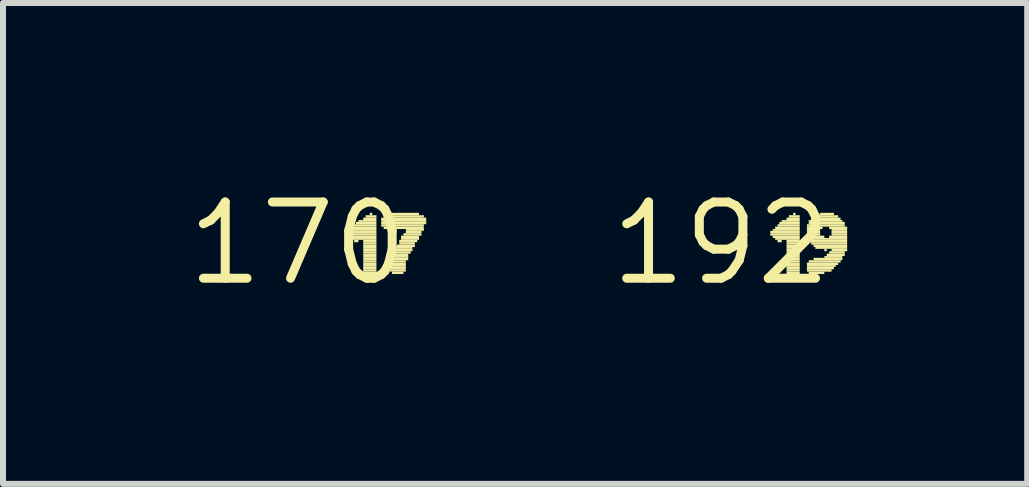
<source format=kicad_pcb>
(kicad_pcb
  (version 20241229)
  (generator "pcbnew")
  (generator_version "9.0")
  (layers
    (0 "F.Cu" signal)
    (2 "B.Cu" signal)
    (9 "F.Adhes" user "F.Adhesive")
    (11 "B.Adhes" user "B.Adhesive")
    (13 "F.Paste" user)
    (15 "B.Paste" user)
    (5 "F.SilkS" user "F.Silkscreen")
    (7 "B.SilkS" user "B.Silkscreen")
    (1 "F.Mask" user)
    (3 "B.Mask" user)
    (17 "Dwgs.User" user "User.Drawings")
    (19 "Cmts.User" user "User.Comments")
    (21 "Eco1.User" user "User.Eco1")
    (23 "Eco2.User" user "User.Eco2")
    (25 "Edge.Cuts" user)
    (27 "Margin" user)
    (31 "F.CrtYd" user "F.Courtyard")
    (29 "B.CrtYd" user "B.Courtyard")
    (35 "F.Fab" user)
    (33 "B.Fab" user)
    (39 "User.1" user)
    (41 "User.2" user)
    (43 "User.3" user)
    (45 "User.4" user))
  (footprint "192"
    (layer "F.Cu")
    (at 8.965 1.006)
    (property "Reference" "192" (at 0 0 0) (layer "F.SilkS") (effects (font (size 1.27 1.27) (thickness 0.15))))
    (fp_poly (pts (xy 0.82 -0.17) (xy 1.31 -0.17) (xy 1.31 -0.21) (xy 0.82 -0.21)) (stroke (width 0) (type default)) (fill yes) (layer "F.SilkS"))
    (fp_poly (pts (xy 0.82 -0.13) (xy 1.31 -0.13) (xy 1.31 -0.17) (xy 0.82 -0.17)) (stroke (width 0) (type default)) (fill yes) (layer "F.SilkS"))
    (fp_poly (pts (xy 0.86 -0.21) (xy 1.31 -0.21) (xy 1.31 -0.24) (xy 0.86 -0.24)) (stroke (width 0) (type default)) (fill yes) (layer "F.SilkS"))
    (fp_poly (pts (xy 0.86 -0.09) (xy 1.31 -0.09) (xy 1.31 -0.13) (xy 0.86 -0.13)) (stroke (width 0) (type default)) (fill yes) (layer "F.SilkS"))
    (fp_poly (pts (xy 0.9 -0.24) (xy 1.31 -0.24) (xy 1.31 -0.28) (xy 0.9 -0.28)) (stroke (width 0) (type default)) (fill yes) (layer "F.SilkS"))
    (fp_poly (pts (xy 0.9 -0.06) (xy 1.31 -0.06) (xy 1.31 -0.09) (xy 0.9 -0.09)) (stroke (width 0) (type default)) (fill yes) (layer "F.SilkS"))
    (fp_poly (pts (xy 0.94 -0.28) (xy 1.31 -0.28) (xy 1.31 -0.32) (xy 0.94 -0.32)) (stroke (width 0) (type default)) (fill yes) (layer "F.SilkS"))
    (fp_poly (pts (xy 0.94 -0.02) (xy 1.01 -0.02) (xy 1.01 -0.06) (xy 0.94 -0.06)) (stroke (width 0) (type default)) (fill yes) (layer "F.SilkS"))
    (fp_poly (pts (xy 0.97 -0.32) (xy 1.31 -0.32) (xy 1.31 -0.36) (xy 0.97 -0.36)) (stroke (width 0) (type default)) (fill yes) (layer "F.SilkS"))
    (fp_poly (pts (xy 1.01 -0.36) (xy 1.31 -0.36) (xy 1.31 -0.39) (xy 1.01 -0.39)) (stroke (width 0) (type default)) (fill yes) (layer "F.SilkS"))
    (fp_poly (pts (xy 1.09 -0.39) (xy 1.31 -0.39) (xy 1.31 -0.43) (xy 1.09 -0.43)) (stroke (width 0) (type default)) (fill yes) (layer "F.SilkS"))
    (fp_poly (pts (xy 1.09 -0.02) (xy 1.31 -0.02) (xy 1.31 -0.06) (xy 1.09 -0.06)) (stroke (width 0) (type default)) (fill yes) (layer "F.SilkS"))
    (fp_poly (pts (xy 1.09 0.02) (xy 1.31 0.02) (xy 1.31 -0.02) (xy 1.09 -0.02)) (stroke (width 0) (type default)) (fill yes) (layer "F.SilkS"))
    (fp_poly (pts (xy 1.09 0.06) (xy 1.31 0.06) (xy 1.31 0.02) (xy 1.09 0.02)) (stroke (width 0) (type default)) (fill yes) (layer "F.SilkS"))
    (fp_poly (pts (xy 1.09 0.09) (xy 1.31 0.09) (xy 1.31 0.06) (xy 1.09 0.06)) (stroke (width 0) (type default)) (fill yes) (layer "F.SilkS"))
    (fp_poly (pts (xy 1.09 0.13) (xy 1.31 0.13) (xy 1.31 0.09) (xy 1.09 0.09)) (stroke (width 0) (type default)) (fill yes) (layer "F.SilkS"))
    (fp_poly (pts (xy 1.09 0.17) (xy 1.31 0.17) (xy 1.31 0.13) (xy 1.09 0.13)) (stroke (width 0) (type default)) (fill yes) (layer "F.SilkS"))
    (fp_poly (pts (xy 1.09 0.21) (xy 1.31 0.21) (xy 1.31 0.17) (xy 1.09 0.17)) (stroke (width 0) (type default)) (fill yes) (layer "F.SilkS"))
    (fp_poly (pts (xy 1.09 0.24) (xy 1.31 0.24) (xy 1.31 0.21) (xy 1.09 0.21)) (stroke (width 0) (type default)) (fill yes) (layer "F.SilkS"))
    (fp_poly (pts (xy 1.09 0.28) (xy 1.31 0.28) (xy 1.31 0.24) (xy 1.09 0.24)) (stroke (width 0) (type default)) (fill yes) (layer "F.SilkS"))
    (fp_poly (pts (xy 1.09 0.32) (xy 1.31 0.32) (xy 1.31 0.28) (xy 1.09 0.28)) (stroke (width 0) (type default)) (fill yes) (layer "F.SilkS"))
    (fp_poly (pts (xy 1.09 0.36) (xy 1.31 0.36) (xy 1.31 0.32) (xy 1.09 0.32)) (stroke (width 0) (type default)) (fill yes) (layer "F.SilkS"))
    (fp_poly (pts (xy 1.09 0.39) (xy 1.31 0.39) (xy 1.31 0.36) (xy 1.09 0.36)) (stroke (width 0) (type default)) (fill yes) (layer "F.SilkS"))
    (fp_poly (pts (xy 1.09 0.43) (xy 1.31 0.43) (xy 1.31 0.39) (xy 1.09 0.39)) (stroke (width 0) (type default)) (fill yes) (layer "F.SilkS"))
    (fp_poly (pts (xy 1.09 0.47) (xy 1.31 0.47) (xy 1.31 0.43) (xy 1.09 0.43)) (stroke (width 0) (type default)) (fill yes) (layer "F.SilkS"))
    (fp_poly (pts (xy 1.09 0.51) (xy 1.31 0.51) (xy 1.31 0.47) (xy 1.09 0.47)) (stroke (width 0) (type default)) (fill yes) (layer "F.SilkS"))
    (fp_poly (pts (xy 1.13 -0.43) (xy 1.31 -0.43) (xy 1.31 -0.47) (xy 1.13 -0.47)) (stroke (width 0) (type default)) (fill yes) (layer "F.SilkS"))
    (fp_poly (pts (xy 1.2 -0.47) (xy 1.24 -0.47) (xy 1.24 -0.51) (xy 1.2 -0.51)) (stroke (width 0) (type default)) (fill yes) (layer "F.SilkS"))
    (fp_poly (pts (xy 1.43 -0.28) (xy 2.06 -0.28) (xy 2.06 -0.32) (xy 1.43 -0.32)) (stroke (width 0) (type default)) (fill yes) (layer "F.SilkS"))
    (fp_poly (pts (xy 1.43 -0.24) (xy 1.69 -0.24) (xy 1.69 -0.28) (xy 1.43 -0.28)) (stroke (width 0) (type default)) (fill yes) (layer "F.SilkS"))
    (fp_poly (pts (xy 1.43 -0.21) (xy 1.65 -0.21) (xy 1.65 -0.24) (xy 1.43 -0.24)) (stroke (width 0) (type default)) (fill yes) (layer "F.SilkS"))
    (fp_poly (pts (xy 1.43 -0.17) (xy 1.65 -0.17) (xy 1.65 -0.21) (xy 1.43 -0.21)) (stroke (width 0) (type default)) (fill yes) (layer "F.SilkS"))
    (fp_poly (pts (xy 1.43 -0.13) (xy 1.65 -0.13) (xy 1.65 -0.17) (xy 1.43 -0.17)) (stroke (width 0) (type default)) (fill yes) (layer "F.SilkS"))
    (fp_poly (pts (xy 1.43 -0.09) (xy 1.72 -0.09) (xy 1.72 -0.13) (xy 1.43 -0.13)) (stroke (width 0) (type default)) (fill yes) (layer "F.SilkS"))
    (fp_poly (pts (xy 1.43 -0.06) (xy 2.1 -0.06) (xy 2.1 -0.09) (xy 1.43 -0.09)) (stroke (width 0) (type default)) (fill yes) (layer "F.SilkS"))
    (fp_poly (pts (xy 1.43 0.36) (xy 1.95 0.36) (xy 1.95 0.32) (xy 1.43 0.32)) (stroke (width 0) (type default)) (fill yes) (layer "F.SilkS"))
    (fp_poly (pts (xy 1.43 0.39) (xy 1.91 0.39) (xy 1.91 0.36) (xy 1.43 0.36)) (stroke (width 0) (type default)) (fill yes) (layer "F.SilkS"))
    (fp_poly (pts (xy 1.43 0.43) (xy 1.88 0.43) (xy 1.88 0.39) (xy 1.43 0.39)) (stroke (width 0) (type default)) (fill yes) (layer "F.SilkS"))
    (fp_poly (pts (xy 1.43 0.47) (xy 1.84 0.47) (xy 1.84 0.43) (xy 1.43 0.43)) (stroke (width 0) (type default)) (fill yes) (layer "F.SilkS"))
    (fp_poly (pts (xy 1.46 -0.36) (xy 2.02 -0.36) (xy 2.02 -0.39) (xy 1.46 -0.39)) (stroke (width 0) (type default)) (fill yes) (layer "F.SilkS"))
    (fp_poly (pts (xy 1.46 -0.32) (xy 2.06 -0.32) (xy 2.06 -0.36) (xy 1.46 -0.36)) (stroke (width 0) (type default)) (fill yes) (layer "F.SilkS"))
    (fp_poly (pts (xy 1.46 -0.02) (xy 2.1 -0.02) (xy 2.1 -0.06) (xy 1.46 -0.06)) (stroke (width 0) (type default)) (fill yes) (layer "F.SilkS"))
    (fp_poly (pts (xy 1.46 0.32) (xy 1.99 0.32) (xy 1.99 0.28) (xy 1.46 0.28)) (stroke (width 0) (type default)) (fill yes) (layer "F.SilkS"))
    (fp_poly (pts (xy 1.46 0.51) (xy 1.72 0.51) (xy 1.72 0.47) (xy 1.46 0.47)) (stroke (width 0) (type default)) (fill yes) (layer "F.SilkS"))
    (fp_poly (pts (xy 1.5 -0.39) (xy 1.99 -0.39) (xy 1.99 -0.43) (xy 1.5 -0.43)) (stroke (width 0) (type default)) (fill yes) (layer "F.SilkS"))
    (fp_poly (pts (xy 1.5 0.02) (xy 2.1 0.02) (xy 2.1 -0.02) (xy 1.5 -0.02)) (stroke (width 0) (type default)) (fill yes) (layer "F.SilkS"))
    (fp_poly (pts (xy 1.54 0.06) (xy 2.1 0.06) (xy 2.1 0.02) (xy 1.54 0.02)) (stroke (width 0) (type default)) (fill yes) (layer "F.SilkS"))
    (fp_poly (pts (xy 1.54 0.28) (xy 2.02 0.28) (xy 2.02 0.24) (xy 1.54 0.24)) (stroke (width 0) (type default)) (fill yes) (layer "F.SilkS"))
    (fp_poly (pts (xy 1.57 -0.43) (xy 1.95 -0.43) (xy 1.95 -0.47) (xy 1.57 -0.47)) (stroke (width 0) (type default)) (fill yes) (layer "F.SilkS"))
    (fp_poly (pts (xy 1.57 0.09) (xy 2.1 0.09) (xy 2.1 0.06) (xy 1.57 0.06)) (stroke (width 0) (type default)) (fill yes) (layer "F.SilkS"))
    (fp_poly (pts (xy 1.65 -0.47) (xy 1.88 -0.47) (xy 1.88 -0.51) (xy 1.65 -0.51)) (stroke (width 0) (type default)) (fill yes) (layer "F.SilkS"))
    (fp_poly (pts (xy 1.72 0.13) (xy 1.76 0.13) (xy 1.76 0.09) (xy 1.72 0.09)) (stroke (width 0) (type default)) (fill yes) (layer "F.SilkS"))
    (fp_poly (pts (xy 1.72 0.24) (xy 2.02 0.24) (xy 2.02 0.21) (xy 1.72 0.21)) (stroke (width 0) (type default)) (fill yes) (layer "F.SilkS"))
    (fp_poly (pts (xy 1.76 0.21) (xy 2.06 0.21) (xy 2.06 0.17) (xy 1.76 0.17)) (stroke (width 0) (type default)) (fill yes) (layer "F.SilkS"))
    (fp_poly (pts (xy 1.8 -0.24) (xy 2.1 -0.24) (xy 2.1 -0.28) (xy 1.8 -0.28)) (stroke (width 0) (type default)) (fill yes) (layer "F.SilkS"))
    (fp_poly (pts (xy 1.8 -0.09) (xy 2.1 -0.09) (xy 2.1 -0.13) (xy 1.8 -0.13)) (stroke (width 0) (type default)) (fill yes) (layer "F.SilkS"))
    (fp_poly (pts (xy 1.8 0.17) (xy 2.06 0.17) (xy 2.06 0.13) (xy 1.8 0.13)) (stroke (width 0) (type default)) (fill yes) (layer "F.SilkS"))
    (fp_poly (pts (xy 1.84 -0.21) (xy 2.1 -0.21) (xy 2.1 -0.24) (xy 1.84 -0.24)) (stroke (width 0) (type default)) (fill yes) (layer "F.SilkS"))
    (fp_poly (pts (xy 1.84 -0.17) (xy 2.1 -0.17) (xy 2.1 -0.21) (xy 1.84 -0.21)) (stroke (width 0) (type default)) (fill yes) (layer "F.SilkS"))
    (fp_poly (pts (xy 1.84 -0.13) (xy 2.1 -0.13) (xy 2.1 -0.17) (xy 1.84 -0.17)) (stroke (width 0) (type default)) (fill yes) (layer "F.SilkS"))
    (fp_poly (pts (xy 1.84 0.13) (xy 2.1 0.13) (xy 2.1 0.09) (xy 1.84 0.09)) (stroke (width 0) (type default)) (fill yes) (layer "F.SilkS")))
  (footprint "170"
    (layer "F.Cu")
    (at 1.912 1.006)
    (property "Reference" "170" (at 0 0 0) (layer "F.SilkS") (effects (font (size 1.27 1.27) (thickness 0.15))))
    (fp_poly (pts (xy 0.82 -0.17) (xy 1.31 -0.17) (xy 1.31 -0.21) (xy 0.82 -0.21)) (stroke (width 0) (type default)) (fill yes) (layer "F.SilkS"))
    (fp_poly (pts (xy 0.82 -0.13) (xy 1.31 -0.13) (xy 1.31 -0.17) (xy 0.82 -0.17)) (stroke (width 0) (type default)) (fill yes) (layer "F.SilkS"))
    (fp_poly (pts (xy 0.86 -0.21) (xy 1.31 -0.21) (xy 1.31 -0.24) (xy 0.86 -0.24)) (stroke (width 0) (type default)) (fill yes) (layer "F.SilkS"))
    (fp_poly (pts (xy 0.86 -0.09) (xy 1.31 -0.09) (xy 1.31 -0.13) (xy 0.86 -0.13)) (stroke (width 0) (type default)) (fill yes) (layer "F.SilkS"))
    (fp_poly (pts (xy 0.9 -0.24) (xy 1.31 -0.24) (xy 1.31 -0.28) (xy 0.9 -0.28)) (stroke (width 0) (type default)) (fill yes) (layer "F.SilkS"))
    (fp_poly (pts (xy 0.9 -0.06) (xy 1.31 -0.06) (xy 1.31 -0.09) (xy 0.9 -0.09)) (stroke (width 0) (type default)) (fill yes) (layer "F.SilkS"))
    (fp_poly (pts (xy 0.94 -0.28) (xy 1.31 -0.28) (xy 1.31 -0.32) (xy 0.94 -0.32)) (stroke (width 0) (type default)) (fill yes) (layer "F.SilkS"))
    (fp_poly (pts (xy 0.94 -0.02) (xy 1.01 -0.02) (xy 1.01 -0.06) (xy 0.94 -0.06)) (stroke (width 0) (type default)) (fill yes) (layer "F.SilkS"))
    (fp_poly (pts (xy 0.97 -0.32) (xy 1.31 -0.32) (xy 1.31 -0.36) (xy 0.97 -0.36)) (stroke (width 0) (type default)) (fill yes) (layer "F.SilkS"))
    (fp_poly (pts (xy 1.01 -0.36) (xy 1.31 -0.36) (xy 1.31 -0.39) (xy 1.01 -0.39)) (stroke (width 0) (type default)) (fill yes) (layer "F.SilkS"))
    (fp_poly (pts (xy 1.09 -0.39) (xy 1.31 -0.39) (xy 1.31 -0.43) (xy 1.09 -0.43)) (stroke (width 0) (type default)) (fill yes) (layer "F.SilkS"))
    (fp_poly (pts (xy 1.09 -0.02) (xy 1.31 -0.02) (xy 1.31 -0.06) (xy 1.09 -0.06)) (stroke (width 0) (type default)) (fill yes) (layer "F.SilkS"))
    (fp_poly (pts (xy 1.09 0.02) (xy 1.31 0.02) (xy 1.31 -0.02) (xy 1.09 -0.02)) (stroke (width 0) (type default)) (fill yes) (layer "F.SilkS"))
    (fp_poly (pts (xy 1.09 0.06) (xy 1.31 0.06) (xy 1.31 0.02) (xy 1.09 0.02)) (stroke (width 0) (type default)) (fill yes) (layer "F.SilkS"))
    (fp_poly (pts (xy 1.09 0.09) (xy 1.31 0.09) (xy 1.31 0.06) (xy 1.09 0.06)) (stroke (width 0) (type default)) (fill yes) (layer "F.SilkS"))
    (fp_poly (pts (xy 1.09 0.13) (xy 1.31 0.13) (xy 1.31 0.09) (xy 1.09 0.09)) (stroke (width 0) (type default)) (fill yes) (layer "F.SilkS"))
    (fp_poly (pts (xy 1.09 0.17) (xy 1.31 0.17) (xy 1.31 0.13) (xy 1.09 0.13)) (stroke (width 0) (type default)) (fill yes) (layer "F.SilkS"))
    (fp_poly (pts (xy 1.09 0.21) (xy 1.31 0.21) (xy 1.31 0.17) (xy 1.09 0.17)) (stroke (width 0) (type default)) (fill yes) (layer "F.SilkS"))
    (fp_poly (pts (xy 1.09 0.24) (xy 1.31 0.24) (xy 1.31 0.21) (xy 1.09 0.21)) (stroke (width 0) (type default)) (fill yes) (layer "F.SilkS"))
    (fp_poly (pts (xy 1.09 0.28) (xy 1.31 0.28) (xy 1.31 0.24) (xy 1.09 0.24)) (stroke (width 0) (type default)) (fill yes) (layer "F.SilkS"))
    (fp_poly (pts (xy 1.09 0.32) (xy 1.31 0.32) (xy 1.31 0.28) (xy 1.09 0.28)) (stroke (width 0) (type default)) (fill yes) (layer "F.SilkS"))
    (fp_poly (pts (xy 1.09 0.36) (xy 1.31 0.36) (xy 1.31 0.32) (xy 1.09 0.32)) (stroke (width 0) (type default)) (fill yes) (layer "F.SilkS"))
    (fp_poly (pts (xy 1.09 0.39) (xy 1.31 0.39) (xy 1.31 0.36) (xy 1.09 0.36)) (stroke (width 0) (type default)) (fill yes) (layer "F.SilkS"))
    (fp_poly (pts (xy 1.09 0.43) (xy 1.31 0.43) (xy 1.31 0.39) (xy 1.09 0.39)) (stroke (width 0) (type default)) (fill yes) (layer "F.SilkS"))
    (fp_poly (pts (xy 1.09 0.47) (xy 1.31 0.47) (xy 1.31 0.43) (xy 1.09 0.43)) (stroke (width 0) (type default)) (fill yes) (layer "F.SilkS"))
    (fp_poly (pts (xy 1.09 0.51) (xy 1.31 0.51) (xy 1.31 0.47) (xy 1.09 0.47)) (stroke (width 0) (type default)) (fill yes) (layer "F.SilkS"))
    (fp_poly (pts (xy 1.13 -0.43) (xy 1.31 -0.43) (xy 1.31 -0.47) (xy 1.13 -0.47)) (stroke (width 0) (type default)) (fill yes) (layer "F.SilkS"))
    (fp_poly (pts (xy 1.2 -0.47) (xy 1.24 -0.47) (xy 1.24 -0.51) (xy 1.2 -0.51)) (stroke (width 0) (type default)) (fill yes) (layer "F.SilkS"))
    (fp_poly (pts (xy 1.39 -0.39) (xy 2.14 -0.39) (xy 2.14 -0.43) (xy 1.39 -0.43)) (stroke (width 0) (type default)) (fill yes) (layer "F.SilkS"))
    (fp_poly (pts (xy 1.39 -0.36) (xy 2.14 -0.36) (xy 2.14 -0.39) (xy 1.39 -0.39)) (stroke (width 0) (type default)) (fill yes) (layer "F.SilkS"))
    (fp_poly (pts (xy 1.39 -0.32) (xy 2.14 -0.32) (xy 2.14 -0.36) (xy 1.39 -0.36)) (stroke (width 0) (type default)) (fill yes) (layer "F.SilkS"))
    (fp_poly (pts (xy 1.39 -0.28) (xy 2.1 -0.28) (xy 2.1 -0.32) (xy 1.39 -0.32)) (stroke (width 0) (type default)) (fill yes) (layer "F.SilkS"))
    (fp_poly (pts (xy 1.43 -0.43) (xy 2.1 -0.43) (xy 2.1 -0.47) (xy 1.43 -0.47)) (stroke (width 0) (type default)) (fill yes) (layer "F.SilkS"))
    (fp_poly (pts (xy 1.43 -0.24) (xy 2.1 -0.24) (xy 2.1 -0.28) (xy 1.43 -0.28)) (stroke (width 0) (type default)) (fill yes) (layer "F.SilkS"))
    (fp_poly (pts (xy 1.5 -0.47) (xy 2.02 -0.47) (xy 2.02 -0.51) (xy 1.5 -0.51)) (stroke (width 0) (type default)) (fill yes) (layer "F.SilkS"))
    (fp_poly (pts (xy 1.54 0.28) (xy 1.84 0.28) (xy 1.84 0.24) (xy 1.54 0.24)) (stroke (width 0) (type default)) (fill yes) (layer "F.SilkS"))
    (fp_poly (pts (xy 1.54 0.32) (xy 1.8 0.32) (xy 1.8 0.28) (xy 1.54 0.28)) (stroke (width 0) (type default)) (fill yes) (layer "F.SilkS"))
    (fp_poly (pts (xy 1.54 0.36) (xy 1.8 0.36) (xy 1.8 0.32) (xy 1.54 0.32)) (stroke (width 0) (type default)) (fill yes) (layer "F.SilkS"))
    (fp_poly (pts (xy 1.54 0.39) (xy 1.8 0.39) (xy 1.8 0.36) (xy 1.54 0.36)) (stroke (width 0) (type default)) (fill yes) (layer "F.SilkS"))
    (fp_poly (pts (xy 1.54 0.43) (xy 1.8 0.43) (xy 1.8 0.39) (xy 1.54 0.39)) (stroke (width 0) (type default)) (fill yes) (layer "F.SilkS"))
    (fp_poly (pts (xy 1.54 0.47) (xy 1.8 0.47) (xy 1.8 0.43) (xy 1.54 0.43)) (stroke (width 0) (type default)) (fill yes) (layer "F.SilkS"))
    (fp_poly (pts (xy 1.57 0.17) (xy 1.88 0.17) (xy 1.88 0.13) (xy 1.57 0.13)) (stroke (width 0) (type default)) (fill yes) (layer "F.SilkS"))
    (fp_poly (pts (xy 1.57 0.21) (xy 1.84 0.21) (xy 1.84 0.17) (xy 1.57 0.17)) (stroke (width 0) (type default)) (fill yes) (layer "F.SilkS"))
    (fp_poly (pts (xy 1.57 0.24) (xy 1.84 0.24) (xy 1.84 0.21) (xy 1.57 0.21)) (stroke (width 0) (type default)) (fill yes) (layer "F.SilkS"))
    (fp_poly (pts (xy 1.57 0.51) (xy 1.76 0.51) (xy 1.76 0.47) (xy 1.57 0.47)) (stroke (width 0) (type default)) (fill yes) (layer "F.SilkS"))
    (fp_poly (pts (xy 1.61 0.09) (xy 1.91 0.09) (xy 1.91 0.06) (xy 1.61 0.06)) (stroke (width 0) (type default)) (fill yes) (layer "F.SilkS"))
    (fp_poly (pts (xy 1.61 0.13) (xy 1.91 0.13) (xy 1.91 0.09) (xy 1.61 0.09)) (stroke (width 0) (type default)) (fill yes) (layer "F.SilkS"))
    (fp_poly (pts (xy 1.65 0.06) (xy 1.95 0.06) (xy 1.95 0.02) (xy 1.65 0.02)) (stroke (width 0) (type default)) (fill yes) (layer "F.SilkS"))
    (fp_poly (pts (xy 1.69 -0.02) (xy 1.99 -0.02) (xy 1.99 -0.06) (xy 1.69 -0.06)) (stroke (width 0) (type default)) (fill yes) (layer "F.SilkS"))
    (fp_poly (pts (xy 1.69 0.02) (xy 1.95 0.02) (xy 1.95 -0.02) (xy 1.69 -0.02)) (stroke (width 0) (type default)) (fill yes) (layer "F.SilkS"))
    (fp_poly (pts (xy 1.72 -0.09) (xy 2.02 -0.09) (xy 2.02 -0.13) (xy 1.72 -0.13)) (stroke (width 0) (type default)) (fill yes) (layer "F.SilkS"))
    (fp_poly (pts (xy 1.72 -0.06) (xy 2.02 -0.06) (xy 2.02 -0.09) (xy 1.72 -0.09)) (stroke (width 0) (type default)) (fill yes) (layer "F.SilkS"))
    (fp_poly (pts (xy 1.76 -0.13) (xy 2.06 -0.13) (xy 2.06 -0.17) (xy 1.76 -0.17)) (stroke (width 0) (type default)) (fill yes) (layer "F.SilkS"))
    (fp_poly (pts (xy 1.8 -0.21) (xy 2.1 -0.21) (xy 2.1 -0.24) (xy 1.8 -0.24)) (stroke (width 0) (type default)) (fill yes) (layer "F.SilkS"))
    (fp_poly (pts (xy 1.8 -0.17) (xy 2.06 -0.17) (xy 2.06 -0.21) (xy 1.8 -0.21)) (stroke (width 0) (type default)) (fill yes) (layer "F.SilkS")))
  (gr_rect
    (start -3 -3)
    (end 14.065 5.012)
    (stroke (width 0.1) (type default))
    (fill no)
    (layer "Edge.Cuts")))
</source>
